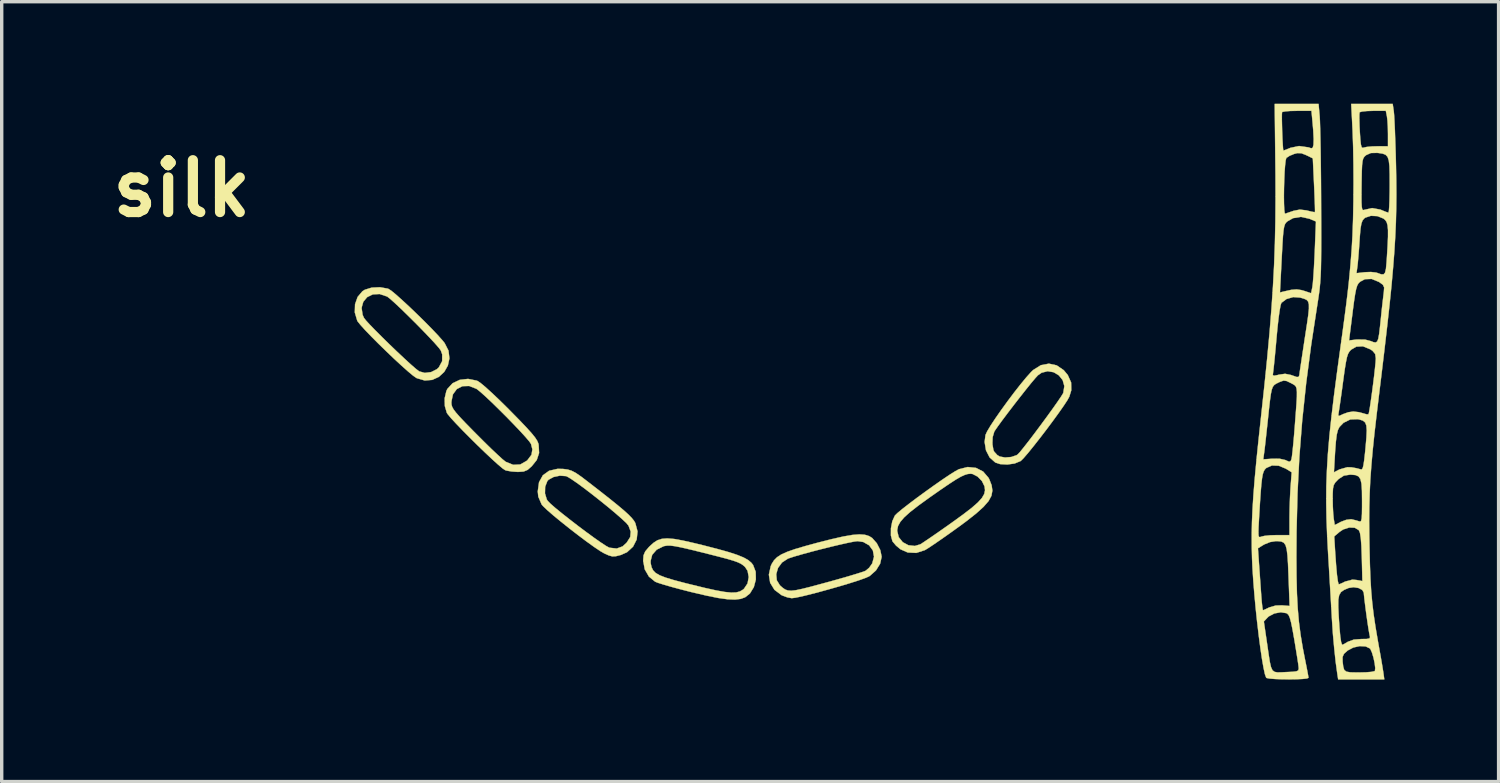
<source format=kicad_pcb>
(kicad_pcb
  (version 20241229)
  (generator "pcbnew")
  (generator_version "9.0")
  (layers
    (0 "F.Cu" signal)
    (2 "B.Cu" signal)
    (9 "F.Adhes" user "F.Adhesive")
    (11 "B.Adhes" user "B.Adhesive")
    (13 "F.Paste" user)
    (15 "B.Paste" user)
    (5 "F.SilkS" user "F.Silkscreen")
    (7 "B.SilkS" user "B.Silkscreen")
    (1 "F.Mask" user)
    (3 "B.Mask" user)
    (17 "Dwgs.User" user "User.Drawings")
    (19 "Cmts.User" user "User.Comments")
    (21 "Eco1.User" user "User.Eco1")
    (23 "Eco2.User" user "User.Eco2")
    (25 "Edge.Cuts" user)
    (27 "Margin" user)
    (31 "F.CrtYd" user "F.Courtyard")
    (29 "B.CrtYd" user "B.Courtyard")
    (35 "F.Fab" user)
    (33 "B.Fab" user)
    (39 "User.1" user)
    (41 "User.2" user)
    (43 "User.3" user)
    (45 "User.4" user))
  (footprint "silk"
    (layer "F.Cu")
    (at 2.293 2.494)
    (property "Reference" "silk" (at 0 0 0) (layer "F.SilkS") (effects (font (size 1.524 1.524) (thickness 0.3))))
    (attr through_hole)
    (fp_poly (pts (xy 6.053 2.94) (xy 6.079 2.95) (xy 6.16 3.002) (xy 6.297 3.115) (xy 6.476 3.275) (xy 6.684 3.467) (xy 6.906 3.68) (xy 7.129 3.898) (xy 7.338 4.11) (xy 7.52 4.301) (xy 7.66 4.458) (xy 7.728 4.542) (xy 7.841 4.764) (xy 7.868 4.989) (xy 7.822 5.203) (xy 7.715 5.389) (xy 7.558 5.534) (xy 7.363 5.623) (xy 7.144 5.641) (xy 6.91 5.573) (xy 6.894 5.564) (xy 6.798 5.497) (xy 6.648 5.372) (xy 6.458 5.202) (xy 6.241 5.002) (xy 6.012 4.783) (xy 5.784 4.561) (xy 5.572 4.348) (xy 5.39 4.159) (xy 5.251 4.005) (xy 5.169 3.902) (xy 5.158 3.882) (xy 5.087 3.641) (xy 5.091 3.504) (xy 5.286 3.504) (xy 5.316 3.71) (xy 5.356 3.8) (xy 5.413 3.874) (xy 5.531 4.003) (xy 5.696 4.173) (xy 5.893 4.37) (xy 6.109 4.582) (xy 6.329 4.793) (xy 6.54 4.991) (xy 6.726 5.162) (xy 6.875 5.292) (xy 6.971 5.367) (xy 6.98 5.373) (xy 7.144 5.418) (xy 7.331 5.394) (xy 7.5 5.309) (xy 7.556 5.257) (xy 7.655 5.073) (xy 7.656 4.872) (xy 7.615 4.759) (xy 7.556 4.679) (xy 7.438 4.544) (xy 7.274 4.368) (xy 7.078 4.164) (xy 6.866 3.948) (xy 6.65 3.734) (xy 6.446 3.535) (xy 6.266 3.366) (xy 6.126 3.241) (xy 6.04 3.174) (xy 6.035 3.172) (xy 5.816 3.099) (xy 5.616 3.11) (xy 5.451 3.19) (xy 5.336 3.327) (xy 5.286 3.504) (xy 5.091 3.504) (xy 5.094 3.4) (xy 5.17 3.185) (xy 5.31 3.019) (xy 5.383 2.973) (xy 5.585 2.911) (xy 5.826 2.9) (xy 6.053 2.94)) (stroke (width 0.01) (type solid)) (fill yes) (layer "F.SilkS"))
    (fp_poly (pts (xy 11.209 8.241) (xy 11.343 8.258) (xy 11.46 8.294) (xy 11.585 8.36) (xy 11.744 8.469) (xy 11.899 8.587) (xy 12.276 8.879) (xy 12.579 9.117) (xy 12.818 9.31) (xy 13 9.463) (xy 13.134 9.585) (xy 13.229 9.683) (xy 13.293 9.763) (xy 13.333 9.833) (xy 13.398 10.077) (xy 13.373 10.315) (xy 13.266 10.526) (xy 13.089 10.689) (xy 12.906 10.77) (xy 12.76 10.807) (xy 12.657 10.812) (xy 12.55 10.782) (xy 12.421 10.724) (xy 12.298 10.653) (xy 12.119 10.532) (xy 11.898 10.373) (xy 11.653 10.189) (xy 11.399 9.993) (xy 11.153 9.796) (xy 10.93 9.613) (xy 10.748 9.455) (xy 10.622 9.335) (xy 10.579 9.285) (xy 10.481 9.056) (xy 10.471 8.96) (xy 10.677 8.96) (xy 10.73 9.137) (xy 10.758 9.181) (xy 10.839 9.263) (xy 10.984 9.39) (xy 11.178 9.548) (xy 11.404 9.726) (xy 11.646 9.913) (xy 11.89 10.096) (xy 12.12 10.264) (xy 12.32 10.404) (xy 12.474 10.505) (xy 12.567 10.555) (xy 12.573 10.557) (xy 12.787 10.581) (xy 12.961 10.517) (xy 13.082 10.404) (xy 13.184 10.241) (xy 13.198 10.083) (xy 13.133 9.909) (xy 13.07 9.832) (xy 12.939 9.709) (xy 12.757 9.55) (xy 12.539 9.367) (xy 12.3 9.174) (xy 12.055 8.981) (xy 11.82 8.801) (xy 11.609 8.647) (xy 11.439 8.53) (xy 11.324 8.463) (xy 11.297 8.452) (xy 11.114 8.439) (xy 10.928 8.478) (xy 10.783 8.558) (xy 10.746 8.599) (xy 10.682 8.764) (xy 10.677 8.96) (xy 10.471 8.96) (xy 10.465 8.902) (xy 10.503 8.63) (xy 10.616 8.426) (xy 10.799 8.295) (xy 11.048 8.238) (xy 11.209 8.241)) (stroke (width 0.01) (type solid)) (fill yes) (layer "F.SilkS"))
    (fp_poly (pts (xy 25.719 5.196) (xy 25.927 5.338) (xy 26.046 5.481) (xy 26.144 5.7) (xy 26.148 5.931) (xy 26.09 6.118) (xy 26.033 6.222) (xy 25.925 6.386) (xy 25.779 6.594) (xy 25.606 6.832) (xy 25.419 7.083) (xy 25.228 7.332) (xy 25.046 7.564) (xy 24.885 7.763) (xy 24.755 7.914) (xy 24.67 8) (xy 24.657 8.01) (xy 24.483 8.081) (xy 24.268 8.111) (xy 24.057 8.099) (xy 23.915 8.052) (xy 23.748 7.903) (xy 23.641 7.693) (xy 23.61 7.504) (xy 23.829 7.504) (xy 23.859 7.681) (xy 23.879 7.728) (xy 23.97 7.83) (xy 24.044 7.876) (xy 24.201 7.905) (xy 24.384 7.89) (xy 24.54 7.837) (xy 24.575 7.813) (xy 24.64 7.744) (xy 24.75 7.608) (xy 24.896 7.422) (xy 25.065 7.2) (xy 25.244 6.96) (xy 25.424 6.716) (xy 25.592 6.484) (xy 25.736 6.28) (xy 25.845 6.12) (xy 25.907 6.019) (xy 25.914 6.003) (xy 25.945 5.805) (xy 25.895 5.63) (xy 25.783 5.49) (xy 25.63 5.398) (xy 25.454 5.368) (xy 25.275 5.413) (xy 25.167 5.489) (xy 25.092 5.571) (xy 24.969 5.717) (xy 24.813 5.911) (xy 24.636 6.135) (xy 24.452 6.372) (xy 24.274 6.605) (xy 24.114 6.818) (xy 23.986 6.994) (xy 23.903 7.115) (xy 23.884 7.147) (xy 23.837 7.307) (xy 23.829 7.504) (xy 23.61 7.504) (xy 23.601 7.448) (xy 23.627 7.242) (xy 23.676 7.136) (xy 23.777 6.967) (xy 23.919 6.752) (xy 24.09 6.507) (xy 24.278 6.248) (xy 24.471 5.991) (xy 24.658 5.753) (xy 24.827 5.548) (xy 24.965 5.394) (xy 25.028 5.333) (xy 25.255 5.191) (xy 25.49 5.146) (xy 25.719 5.196)) (stroke (width 0.01) (type solid)) (fill yes) (layer "F.SilkS"))
    (fp_poly (pts (xy 23.347 8.21) (xy 23.557 8.317) (xy 23.716 8.502) (xy 23.74 8.549) (xy 23.807 8.72) (xy 23.829 8.876) (xy 23.802 9.028) (xy 23.717 9.185) (xy 23.568 9.356) (xy 23.349 9.553) (xy 23.054 9.785) (xy 22.809 9.965) (xy 22.55 10.151) (xy 22.307 10.321) (xy 22.098 10.465) (xy 21.938 10.571) (xy 21.846 10.627) (xy 21.593 10.709) (xy 21.341 10.697) (xy 21.128 10.603) (xy 20.999 10.496) (xy 20.901 10.38) (xy 20.89 10.362) (xy 20.846 10.197) (xy 20.847 10.06) (xy 21.031 10.06) (xy 21.076 10.247) (xy 21.194 10.394) (xy 21.36 10.484) (xy 21.55 10.505) (xy 21.708 10.458) (xy 21.782 10.412) (xy 21.925 10.316) (xy 22.121 10.182) (xy 22.355 10.019) (xy 22.613 9.837) (xy 22.641 9.817) (xy 22.97 9.579) (xy 23.222 9.385) (xy 23.403 9.226) (xy 23.523 9.093) (xy 23.59 8.976) (xy 23.613 8.866) (xy 23.599 8.754) (xy 23.599 8.754) (xy 23.523 8.598) (xy 23.395 8.466) (xy 23.249 8.39) (xy 23.19 8.382) (xy 23.108 8.389) (xy 23.017 8.416) (xy 22.903 8.468) (xy 22.756 8.553) (xy 22.563 8.678) (xy 22.312 8.849) (xy 21.992 9.073) (xy 21.978 9.083) (xy 21.656 9.316) (xy 21.412 9.506) (xy 21.237 9.664) (xy 21.122 9.798) (xy 21.056 9.918) (xy 21.032 10.034) (xy 21.031 10.06) (xy 20.847 10.06) (xy 20.847 9.988) (xy 20.887 9.779) (xy 20.962 9.614) (xy 20.965 9.61) (xy 21.039 9.537) (xy 21.181 9.419) (xy 21.375 9.268) (xy 21.605 9.094) (xy 21.856 8.911) (xy 22.11 8.729) (xy 22.352 8.56) (xy 22.566 8.416) (xy 22.736 8.309) (xy 22.846 8.249) (xy 23.103 8.185) (xy 23.347 8.21)) (stroke (width 0.01) (type solid)) (fill yes) (layer "F.SilkS"))
    (fp_poly (pts (xy 14.471 10.299) (xy 14.73 10.346) (xy 15.063 10.421) (xy 15.342 10.489) (xy 15.755 10.596) (xy 16.081 10.687) (xy 16.331 10.769) (xy 16.517 10.845) (xy 16.651 10.92) (xy 16.744 10.999) (xy 16.794 11.063) (xy 16.871 11.263) (xy 16.876 11.491) (xy 16.817 11.714) (xy 16.701 11.903) (xy 16.562 12.013) (xy 16.431 12.061) (xy 16.263 12.081) (xy 16.046 12.072) (xy 15.77 12.034) (xy 15.422 11.964) (xy 14.99 11.863) (xy 14.973 11.859) (xy 14.673 11.782) (xy 14.398 11.708) (xy 14.166 11.641) (xy 13.998 11.588) (xy 13.917 11.556) (xy 13.733 11.406) (xy 13.61 11.192) (xy 13.566 10.95) (xy 13.781 10.95) (xy 13.786 11.021) (xy 13.811 11.132) (xy 13.856 11.222) (xy 13.931 11.299) (xy 14.051 11.368) (xy 14.226 11.436) (xy 14.471 11.51) (xy 14.796 11.596) (xy 14.974 11.64) (xy 15.384 11.74) (xy 15.709 11.812) (xy 15.961 11.857) (xy 16.153 11.876) (xy 16.298 11.871) (xy 16.408 11.842) (xy 16.495 11.791) (xy 16.528 11.763) (xy 16.632 11.607) (xy 16.667 11.419) (xy 16.633 11.236) (xy 16.559 11.123) (xy 16.503 11.073) (xy 16.439 11.029) (xy 16.352 10.987) (xy 16.228 10.942) (xy 16.055 10.89) (xy 15.818 10.827) (xy 15.504 10.747) (xy 15.265 10.687) (xy 14.934 10.606) (xy 14.684 10.548) (xy 14.5 10.512) (xy 14.367 10.495) (xy 14.267 10.495) (xy 14.186 10.508) (xy 14.163 10.514) (xy 13.961 10.614) (xy 13.829 10.765) (xy 13.781 10.95) (xy 13.566 10.95) (xy 13.564 10.939) (xy 13.564 10.929) (xy 13.575 10.781) (xy 13.624 10.666) (xy 13.73 10.54) (xy 13.756 10.514) (xy 13.87 10.411) (xy 13.983 10.338) (xy 14.112 10.296) (xy 14.269 10.283) (xy 14.471 10.299)) (stroke (width 0.01) (type solid)) (fill yes) (layer "F.SilkS"))
    (fp_poly (pts (xy 20.08 10.176) (xy 20.205 10.215) (xy 20.294 10.27) (xy 20.432 10.426) (xy 20.534 10.626) (xy 20.574 10.822) (xy 20.574 10.824) (xy 20.529 11.027) (xy 20.407 11.224) (xy 20.23 11.382) (xy 20.199 11.401) (xy 20.088 11.449) (xy 19.9 11.516) (xy 19.653 11.595) (xy 19.368 11.681) (xy 19.064 11.768) (xy 18.759 11.852) (xy 18.475 11.927) (xy 18.229 11.987) (xy 18.041 12.026) (xy 17.932 12.04) (xy 17.802 12.016) (xy 17.649 11.959) (xy 17.631 11.951) (xy 17.423 11.794) (xy 17.297 11.588) (xy 17.259 11.351) (xy 17.262 11.334) (xy 17.475 11.334) (xy 17.491 11.513) (xy 17.584 11.664) (xy 17.59 11.669) (xy 17.666 11.736) (xy 17.737 11.785) (xy 17.815 11.813) (xy 17.915 11.821) (xy 18.051 11.806) (xy 18.236 11.767) (xy 18.485 11.705) (xy 18.811 11.617) (xy 18.999 11.566) (xy 19.308 11.48) (xy 19.59 11.399) (xy 19.826 11.328) (xy 20.001 11.273) (xy 20.097 11.237) (xy 20.104 11.234) (xy 20.207 11.146) (xy 20.297 11.019) (xy 20.297 11.018) (xy 20.35 10.822) (xy 20.316 10.637) (xy 20.206 10.486) (xy 20.036 10.389) (xy 19.869 10.363) (xy 19.766 10.376) (xy 19.586 10.412) (xy 19.348 10.465) (xy 19.074 10.53) (xy 18.782 10.603) (xy 18.493 10.678) (xy 18.228 10.751) (xy 18.006 10.815) (xy 17.848 10.867) (xy 17.816 10.879) (xy 17.645 10.991) (xy 17.528 11.151) (xy 17.475 11.334) (xy 17.262 11.334) (xy 17.313 11.1) (xy 17.344 11.031) (xy 17.41 10.927) (xy 17.498 10.838) (xy 17.621 10.757) (xy 17.794 10.679) (xy 18.028 10.597) (xy 18.337 10.506) (xy 18.678 10.413) (xy 19.103 10.305) (xy 19.443 10.228) (xy 19.711 10.181) (xy 19.92 10.165) (xy 20.08 10.176)) (stroke (width 0.01) (type solid)) (fill yes) (layer "F.SilkS"))
    (fp_poly (pts (xy 8.666 5.644) (xy 8.701 5.658) (xy 8.784 5.715) (xy 8.925 5.832) (xy 9.11 6) (xy 9.328 6.206) (xy 9.564 6.438) (xy 9.66 6.535) (xy 9.929 6.809) (xy 10.133 7.023) (xy 10.282 7.188) (xy 10.384 7.314) (xy 10.448 7.412) (xy 10.482 7.492) (xy 10.491 7.531) (xy 10.504 7.772) (xy 10.436 7.977) (xy 10.289 8.161) (xy 10.166 8.269) (xy 10.05 8.317) (xy 9.889 8.328) (xy 9.873 8.328) (xy 9.699 8.316) (xy 9.548 8.29) (xy 9.506 8.276) (xy 9.429 8.224) (xy 9.297 8.112) (xy 9.121 7.953) (xy 8.916 7.76) (xy 8.694 7.546) (xy 8.471 7.325) (xy 8.258 7.111) (xy 8.07 6.915) (xy 7.92 6.753) (xy 7.822 6.636) (xy 7.793 6.594) (xy 7.734 6.394) (xy 7.731 6.27) (xy 7.926 6.27) (xy 7.929 6.341) (xy 7.946 6.409) (xy 7.985 6.484) (xy 8.057 6.58) (xy 8.169 6.708) (xy 8.332 6.88) (xy 8.554 7.107) (xy 8.649 7.203) (xy 8.879 7.433) (xy 9.094 7.644) (xy 9.282 7.821) (xy 9.427 7.954) (xy 9.518 8.027) (xy 9.525 8.032) (xy 9.743 8.12) (xy 9.951 8.11) (xy 10.139 8.003) (xy 10.164 7.98) (xy 10.281 7.824) (xy 10.307 7.665) (xy 10.267 7.507) (xy 10.216 7.432) (xy 10.105 7.302) (xy 9.947 7.129) (xy 9.756 6.928) (xy 9.546 6.712) (xy 9.329 6.496) (xy 9.12 6.291) (xy 8.932 6.114) (xy 8.779 5.977) (xy 8.674 5.893) (xy 8.661 5.885) (xy 8.449 5.802) (xy 8.251 5.808) (xy 8.085 5.893) (xy 7.971 6.049) (xy 7.926 6.264) (xy 7.926 6.27) (xy 7.731 6.27) (xy 7.729 6.162) (xy 7.779 5.949) (xy 7.808 5.889) (xy 7.962 5.722) (xy 8.173 5.622) (xy 8.416 5.594) (xy 8.666 5.644)) (stroke (width 0.01) (type solid)) (fill yes) (layer "F.SilkS"))
    (fp_poly (pts (xy 33.451 -2.121) (xy 33.458 -1.991) (xy 33.465 -1.773) (xy 33.472 -1.479) (xy 33.479 -1.121) (xy 33.484 -0.712) (xy 33.489 -0.266) (xy 33.492 0.206) (xy 33.493 0.457) (xy 33.495 0.996) (xy 33.496 1.445) (xy 33.495 1.817) (xy 33.492 2.123) (xy 33.487 2.376) (xy 33.478 2.588) (xy 33.466 2.77) (xy 33.45 2.936) (xy 33.43 3.096) (xy 33.405 3.263) (xy 33.387 3.378) (xy 33.203 4.581) (xy 33.054 5.715) (xy 32.938 6.806) (xy 32.854 7.881) (xy 32.799 8.964) (xy 32.771 10.083) (xy 32.766 10.83) (xy 32.77 11.404) (xy 32.782 11.899) (xy 32.805 12.335) (xy 32.84 12.734) (xy 32.89 13.119) (xy 32.955 13.51) (xy 33.02 13.843) (xy 33.063 14.057) (xy 33.097 14.234) (xy 33.118 14.351) (xy 33.122 14.382) (xy 33.075 14.401) (xy 32.95 14.415) (xy 32.771 14.423) (xy 32.562 14.426) (xy 32.346 14.424) (xy 32.147 14.417) (xy 31.988 14.404) (xy 31.893 14.387) (xy 31.878 14.377) (xy 31.841 14.276) (xy 31.8 14.087) (xy 31.754 13.825) (xy 31.707 13.505) (xy 31.659 13.141) (xy 31.613 12.747) (xy 31.61 12.725) (xy 31.809 12.725) (xy 31.905 13.379) (xy 31.95 13.689) (xy 31.985 13.914) (xy 32.02 14.066) (xy 32.063 14.159) (xy 32.124 14.206) (xy 32.211 14.222) (xy 32.333 14.219) (xy 32.453 14.213) (xy 32.649 14.204) (xy 32.764 14.191) (xy 32.819 14.165) (xy 32.834 14.119) (xy 32.832 14.072) (xy 32.82 13.976) (xy 32.794 13.803) (xy 32.757 13.575) (xy 32.714 13.313) (xy 32.701 13.237) (xy 32.65 12.95) (xy 32.609 12.749) (xy 32.572 12.616) (xy 32.536 12.536) (xy 32.494 12.493) (xy 32.473 12.481) (xy 32.308 12.454) (xy 32.119 12.489) (xy 31.955 12.575) (xy 31.915 12.612) (xy 31.809 12.725) (xy 31.61 12.725) (xy 31.569 12.338) (xy 31.531 11.927) (xy 31.499 11.53) (xy 31.475 11.159) (xy 31.462 10.871) (xy 31.455 10.573) (xy 31.636 10.573) (xy 31.668 11.039) (xy 31.688 11.322) (xy 31.71 11.636) (xy 31.73 11.919) (xy 31.732 11.951) (xy 31.748 12.149) (xy 31.765 12.301) (xy 31.779 12.386) (xy 31.784 12.395) (xy 31.839 12.374) (xy 31.946 12.323) (xy 31.962 12.314) (xy 32.156 12.257) (xy 32.343 12.251) (xy 32.567 12.269) (xy 32.534 11.38) (xy 32.52 11.035) (xy 32.503 10.778) (xy 32.48 10.597) (xy 32.446 10.478) (xy 32.394 10.408) (xy 32.322 10.375) (xy 32.223 10.364) (xy 32.159 10.363) (xy 31.991 10.391) (xy 31.823 10.459) (xy 31.807 10.468) (xy 31.636 10.573) (xy 31.455 10.573) (xy 31.454 10.513) (xy 31.453 10.161) (xy 31.454 10.11) (xy 31.649 10.11) (xy 31.654 10.203) (xy 31.671 10.242) (xy 31.703 10.243) (xy 31.73 10.232) (xy 31.827 10.209) (xy 31.991 10.192) (xy 32.187 10.186) (xy 32.194 10.186) (xy 32.563 10.187) (xy 32.563 9.678) (xy 32.567 9.398) (xy 32.577 9.096) (xy 32.591 8.827) (xy 32.596 8.754) (xy 32.628 8.339) (xy 32.456 8.233) (xy 32.246 8.146) (xy 32.047 8.139) (xy 31.883 8.212) (xy 31.868 8.225) (xy 31.831 8.266) (xy 31.802 8.321) (xy 31.777 8.402) (xy 31.756 8.521) (xy 31.736 8.691) (xy 31.717 8.924) (xy 31.696 9.231) (xy 31.672 9.627) (xy 31.668 9.698) (xy 31.654 9.947) (xy 31.649 10.11) (xy 31.454 10.11) (xy 31.46 9.801) (xy 31.477 9.419) (xy 31.503 9.003) (xy 31.54 8.54) (xy 31.589 8.016) (xy 31.594 7.959) (xy 31.792 7.959) (xy 32.063 7.94) (xy 32.279 7.942) (xy 32.441 7.979) (xy 32.461 7.989) (xy 32.555 8.03) (xy 32.6 8.007) (xy 32.621 7.953) (xy 32.636 7.869) (xy 32.655 7.703) (xy 32.678 7.474) (xy 32.702 7.201) (xy 32.719 6.985) (xy 32.747 6.614) (xy 32.768 6.331) (xy 32.78 6.123) (xy 32.781 5.977) (xy 32.772 5.88) (xy 32.75 5.818) (xy 32.714 5.779) (xy 32.664 5.748) (xy 32.605 5.717) (xy 32.479 5.656) (xy 32.39 5.644) (xy 32.285 5.68) (xy 32.238 5.702) (xy 32.167 5.737) (xy 32.113 5.775) (xy 32.072 5.829) (xy 32.041 5.914) (xy 32.014 6.046) (xy 31.988 6.237) (xy 31.958 6.504) (xy 31.929 6.782) (xy 31.898 7.068) (xy 31.869 7.335) (xy 31.844 7.559) (xy 31.825 7.715) (xy 31.82 7.752) (xy 31.792 7.959) (xy 31.594 7.959) (xy 31.65 7.417) (xy 31.724 6.731) (xy 31.724 6.731) (xy 31.822 5.822) (xy 31.857 5.482) (xy 32.073 5.482) (xy 32.107 5.501) (xy 32.208 5.482) (xy 32.253 5.47) (xy 32.434 5.444) (xy 32.607 5.479) (xy 32.646 5.493) (xy 32.771 5.537) (xy 32.829 5.537) (xy 32.852 5.486) (xy 32.858 5.438) (xy 32.87 5.349) (xy 32.896 5.177) (xy 32.931 4.941) (xy 32.974 4.658) (xy 33.021 4.346) (xy 33.025 4.322) (xy 33.078 3.976) (xy 33.115 3.716) (xy 33.134 3.53) (xy 33.133 3.403) (xy 33.111 3.321) (xy 33.065 3.27) (xy 32.994 3.238) (xy 32.896 3.209) (xy 32.873 3.203) (xy 32.673 3.189) (xy 32.475 3.246) (xy 32.325 3.359) (xy 32.301 3.432) (xy 32.272 3.589) (xy 32.241 3.815) (xy 32.21 4.093) (xy 32.184 4.37) (xy 32.157 4.675) (xy 32.131 4.95) (xy 32.108 5.178) (xy 32.09 5.34) (xy 32.08 5.416) (xy 32.073 5.482) (xy 31.857 5.482) (xy 31.906 4.997) (xy 31.976 4.242) (xy 32.032 3.541) (xy 32.065 3.053) (xy 32.283 3.053) (xy 32.404 3.023) (xy 32.616 2.976) (xy 32.773 2.963) (xy 32.911 2.983) (xy 32.995 3.007) (xy 33.198 3.075) (xy 33.235 2.896) (xy 33.249 2.787) (xy 33.265 2.596) (xy 33.281 2.347) (xy 33.296 2.059) (xy 33.306 1.842) (xy 33.341 0.967) (xy 33.147 0.886) (xy 32.901 0.831) (xy 32.666 0.869) (xy 32.503 0.962) (xy 32.462 1) (xy 32.431 1.047) (xy 32.407 1.119) (xy 32.388 1.229) (xy 32.372 1.394) (xy 32.357 1.626) (xy 32.34 1.94) (xy 32.334 2.055) (xy 32.283 3.053) (xy 32.065 3.053) (xy 32.077 2.879) (xy 32.111 2.241) (xy 32.134 1.61) (xy 32.148 0.972) (xy 32.153 0.311) (xy 32.153 0.231) (xy 32.399 0.231) (xy 32.402 0.446) (xy 32.409 0.615) (xy 32.422 0.718) (xy 32.436 0.74) (xy 32.514 0.711) (xy 32.644 0.667) (xy 32.681 0.654) (xy 32.868 0.617) (xy 33.059 0.64) (xy 33.087 0.647) (xy 33.219 0.679) (xy 33.3 0.692) (xy 33.311 0.691) (xy 33.313 0.639) (xy 33.31 0.503) (xy 33.303 0.3) (xy 33.293 0.05) (xy 33.286 -0.105) (xy 33.249 -0.889) (xy 33.058 -0.982) (xy 32.912 -1.04) (xy 32.791 -1.043) (xy 32.694 -1.017) (xy 32.564 -0.963) (xy 32.476 -0.905) (xy 32.47 -0.899) (xy 32.451 -0.83) (xy 32.434 -0.686) (xy 32.419 -0.488) (xy 32.409 -0.256) (xy 32.402 -0.009) (xy 32.399 0.231) (xy 32.153 0.231) (xy 32.151 -0.388) (xy 32.149 -0.6) (xy 32.133 -2.055) (xy 32.339 -2.055) (xy 32.343 -1.874) (xy 32.348 -1.67) (xy 32.356 -1.467) (xy 32.366 -1.291) (xy 32.375 -1.166) (xy 32.384 -1.118) (xy 32.385 -1.118) (xy 32.435 -1.135) (xy 32.545 -1.179) (xy 32.59 -1.198) (xy 32.844 -1.251) (xy 33.123 -1.212) (xy 33.201 -1.185) (xy 33.245 -1.199) (xy 33.269 -1.287) (xy 33.274 -1.456) (xy 33.261 -1.713) (xy 33.241 -1.943) (xy 33.209 -2.286) (xy 32.787 -2.286) (xy 32.591 -2.282) (xy 32.439 -2.27) (xy 32.354 -2.254) (xy 32.346 -2.248) (xy 32.34 -2.188) (xy 32.339 -2.055) (xy 32.133 -2.055) (xy 32.129 -2.489) (xy 32.773 -2.489) (xy 33.418 -2.489) (xy 33.451 -2.121)) (stroke (width 0.01) (type solid)) (fill yes) (layer "F.SilkS"))
    (fp_poly (pts (xy 34.987 -2.489) (xy 35.597 -2.489) (xy 35.629 -2.273) (xy 35.639 -2.165) (xy 35.65 -1.971) (xy 35.662 -1.708) (xy 35.673 -1.391) (xy 35.685 -1.036) (xy 35.694 -0.686) (xy 35.702 -0.244) (xy 35.705 0.177) (xy 35.701 0.588) (xy 35.691 0.998) (xy 35.672 1.419) (xy 35.645 1.861) (xy 35.608 2.335) (xy 35.562 2.851) (xy 35.504 3.42) (xy 35.434 4.053) (xy 35.352 4.76) (xy 35.257 5.552) (xy 35.206 5.969) (xy 35.127 6.624) (xy 35.061 7.194) (xy 35.009 7.697) (xy 34.969 8.148) (xy 34.939 8.565) (xy 34.92 8.963) (xy 34.909 9.359) (xy 34.905 9.769) (xy 34.909 10.21) (xy 34.915 10.541) (xy 34.927 11.039) (xy 34.943 11.461) (xy 34.965 11.832) (xy 34.996 12.177) (xy 35.037 12.52) (xy 35.092 12.888) (xy 35.163 13.306) (xy 35.2 13.513) (xy 35.244 13.756) (xy 35.283 13.983) (xy 35.312 14.162) (xy 35.324 14.237) (xy 35.35 14.427) (xy 33.994 14.427) (xy 33.965 14.237) (xy 33.92 13.908) (xy 33.905 13.767) (xy 34.123 13.767) (xy 34.125 13.902) (xy 34.143 14.054) (xy 34.172 14.149) (xy 34.235 14.2) (xy 34.351 14.22) (xy 34.541 14.224) (xy 34.616 14.224) (xy 34.815 14.219) (xy 34.972 14.206) (xy 35.063 14.186) (xy 35.074 14.179) (xy 35.084 14.095) (xy 35.067 13.953) (xy 35.032 13.787) (xy 34.986 13.635) (xy 34.939 13.532) (xy 34.928 13.519) (xy 34.802 13.458) (xy 34.627 13.449) (xy 34.439 13.491) (xy 34.275 13.577) (xy 34.166 13.674) (xy 34.123 13.767) (xy 33.905 13.767) (xy 33.878 13.515) (xy 33.84 13.099) (xy 33.813 12.696) (xy 33.81 12.649) (xy 33.799 12.45) (xy 33.789 12.283) (xy 33.997 12.283) (xy 34.009 12.547) (xy 34.032 12.904) (xy 34.056 13.163) (xy 34.081 13.329) (xy 34.107 13.405) (xy 34.118 13.411) (xy 34.172 13.386) (xy 34.271 13.326) (xy 34.274 13.324) (xy 34.454 13.258) (xy 34.68 13.241) (xy 34.837 13.239) (xy 34.914 13.223) (xy 34.931 13.185) (xy 34.924 13.155) (xy 34.907 13.07) (xy 34.88 12.911) (xy 34.849 12.703) (xy 34.817 12.474) (xy 34.788 12.249) (xy 34.764 12.055) (xy 34.75 11.918) (xy 34.748 11.879) (xy 34.702 11.798) (xy 34.59 11.74) (xy 34.446 11.717) (xy 34.303 11.74) (xy 34.301 11.74) (xy 34.168 11.797) (xy 34.078 11.86) (xy 34.024 11.95) (xy 33.999 12.084) (xy 33.997 12.283) (xy 33.789 12.283) (xy 33.783 12.169) (xy 33.763 11.829) (xy 33.741 11.45) (xy 33.718 11.052) (xy 33.699 10.744) (xy 33.671 10.224) (xy 33.878 10.224) (xy 33.908 10.713) (xy 33.934 11.077) (xy 33.959 11.354) (xy 33.984 11.538) (xy 34.007 11.626) (xy 34.016 11.633) (xy 34.074 11.612) (xy 34.181 11.561) (xy 34.197 11.553) (xy 34.412 11.495) (xy 34.53 11.505) (xy 34.706 11.538) (xy 34.689 10.831) (xy 34.677 10.506) (xy 34.659 10.272) (xy 34.635 10.121) (xy 34.602 10.042) (xy 34.601 10.041) (xy 34.481 9.969) (xy 34.318 9.963) (xy 34.142 10.02) (xy 34.037 10.09) (xy 33.878 10.224) (xy 33.671 10.224) (xy 33.67 10.2) (xy 33.651 9.695) (xy 33.643 9.218) (xy 33.644 9.115) (xy 33.833 9.115) (xy 33.837 9.337) (xy 33.848 9.543) (xy 33.862 9.694) (xy 33.864 9.707) (xy 33.894 9.89) (xy 34.079 9.794) (xy 34.232 9.737) (xy 34.371 9.72) (xy 34.392 9.722) (xy 34.528 9.755) (xy 34.608 9.781) (xy 34.644 9.788) (xy 34.669 9.764) (xy 34.685 9.694) (xy 34.693 9.563) (xy 34.696 9.355) (xy 34.696 9.181) (xy 34.693 8.886) (xy 34.68 8.677) (xy 34.648 8.54) (xy 34.592 8.46) (xy 34.504 8.421) (xy 34.378 8.41) (xy 34.337 8.41) (xy 34.163 8.437) (xy 34.012 8.534) (xy 33.987 8.558) (xy 33.91 8.638) (xy 33.864 8.715) (xy 33.842 8.817) (xy 33.834 8.974) (xy 33.833 9.115) (xy 33.644 9.115) (xy 33.646 8.751) (xy 33.661 8.341) (xy 33.869 8.341) (xy 34.037 8.254) (xy 34.265 8.19) (xy 34.387 8.194) (xy 34.534 8.22) (xy 34.645 8.25) (xy 34.652 8.253) (xy 34.687 8.255) (xy 34.714 8.22) (xy 34.737 8.133) (xy 34.76 7.98) (xy 34.786 7.747) (xy 34.798 7.623) (xy 34.824 7.324) (xy 34.834 7.11) (xy 34.823 6.966) (xy 34.787 6.875) (xy 34.722 6.821) (xy 34.623 6.789) (xy 34.569 6.778) (xy 34.351 6.786) (xy 34.152 6.884) (xy 34.03 7.01) (xy 33.986 7.099) (xy 33.952 7.235) (xy 33.927 7.436) (xy 33.905 7.72) (xy 33.904 7.739) (xy 33.869 8.341) (xy 33.661 8.341) (xy 33.663 8.282) (xy 33.692 7.795) (xy 33.736 7.276) (xy 33.796 6.711) (xy 33.801 6.669) (xy 33.996 6.669) (xy 34.025 6.682) (xy 34.118 6.64) (xy 34.134 6.631) (xy 34.29 6.575) (xy 34.437 6.553) (xy 34.602 6.572) (xy 34.726 6.605) (xy 34.831 6.636) (xy 34.886 6.634) (xy 34.901 6.577) (xy 34.925 6.44) (xy 34.954 6.244) (xy 34.987 6.009) (xy 35.02 5.757) (xy 35.051 5.508) (xy 35.076 5.284) (xy 35.094 5.104) (xy 35.101 4.991) (xy 35.101 4.99) (xy 35.082 4.862) (xy 35.005 4.769) (xy 34.938 4.724) (xy 34.722 4.636) (xy 34.527 4.646) (xy 34.373 4.737) (xy 34.324 4.79) (xy 34.285 4.858) (xy 34.252 4.958) (xy 34.221 5.108) (xy 34.186 5.323) (xy 34.145 5.621) (xy 34.139 5.664) (xy 34.101 5.949) (xy 34.065 6.205) (xy 34.035 6.413) (xy 34.014 6.552) (xy 34.007 6.593) (xy 33.996 6.669) (xy 33.801 6.669) (xy 33.871 6.085) (xy 33.963 5.383) (xy 34.036 4.851) (xy 34.089 4.463) (xy 34.314 4.463) (xy 34.543 4.436) (xy 34.791 4.44) (xy 34.95 4.482) (xy 35.035 4.515) (xy 35.097 4.524) (xy 35.14 4.495) (xy 35.173 4.415) (xy 35.199 4.271) (xy 35.225 4.049) (xy 35.25 3.81) (xy 35.276 3.556) (xy 35.303 3.321) (xy 35.325 3.133) (xy 35.337 3.037) (xy 35.346 2.907) (xy 35.309 2.827) (xy 35.203 2.75) (xy 35.196 2.745) (xy 34.977 2.655) (xy 34.779 2.663) (xy 34.639 2.738) (xy 34.592 2.784) (xy 34.555 2.848) (xy 34.524 2.946) (xy 34.494 3.094) (xy 34.461 3.308) (xy 34.422 3.605) (xy 34.417 3.649) (xy 34.314 4.463) (xy 34.089 4.463) (xy 34.111 4.306) (xy 34.173 3.845) (xy 34.225 3.451) (xy 34.267 3.108) (xy 34.302 2.799) (xy 34.331 2.508) (xy 34.333 2.486) (xy 34.533 2.486) (xy 34.78 2.458) (xy 34.955 2.451) (xy 35.108 2.468) (xy 35.154 2.482) (xy 35.259 2.52) (xy 35.329 2.521) (xy 35.372 2.472) (xy 35.399 2.357) (xy 35.417 2.161) (xy 35.425 2.045) (xy 35.447 1.687) (xy 35.459 1.416) (xy 35.459 1.218) (xy 35.446 1.079) (xy 35.419 0.986) (xy 35.377 0.923) (xy 35.325 0.88) (xy 35.148 0.809) (xy 34.957 0.8) (xy 34.794 0.853) (xy 34.756 0.881) (xy 34.709 0.94) (xy 34.676 1.032) (xy 34.651 1.177) (xy 34.632 1.394) (xy 34.624 1.514) (xy 34.607 1.765) (xy 34.588 2.002) (xy 34.571 2.191) (xy 34.562 2.272) (xy 34.533 2.486) (xy 34.333 2.486) (xy 34.357 2.218) (xy 34.381 1.913) (xy 34.393 1.758) (xy 34.415 1.366) (xy 34.432 0.897) (xy 34.442 0.379) (xy 34.443 0.186) (xy 34.679 0.186) (xy 34.68 0.395) (xy 34.687 0.53) (xy 34.701 0.605) (xy 34.723 0.632) (xy 34.747 0.628) (xy 34.993 0.573) (xy 35.237 0.618) (xy 35.258 0.627) (xy 35.382 0.678) (xy 35.463 0.706) (xy 35.471 0.707) (xy 35.484 0.661) (xy 35.495 0.529) (xy 35.503 0.331) (xy 35.508 0.081) (xy 35.509 -0.095) (xy 35.508 -0.421) (xy 35.501 -0.66) (xy 35.482 -0.825) (xy 35.447 -0.932) (xy 35.388 -0.995) (xy 35.302 -1.028) (xy 35.182 -1.046) (xy 35.141 -1.05) (xy 34.955 -1.046) (xy 34.819 -0.986) (xy 34.809 -0.978) (xy 34.764 -0.938) (xy 34.732 -0.887) (xy 34.711 -0.811) (xy 34.697 -0.691) (xy 34.689 -0.51) (xy 34.684 -0.252) (xy 34.682 -0.112) (xy 34.679 0.186) (xy 34.443 0.186) (xy 34.446 -0.165) (xy 34.443 -0.709) (xy 34.434 -1.226) (xy 34.418 -1.692) (xy 34.413 -1.783) (xy 34.401 -2.033) (xy 34.616 -2.033) (xy 34.622 -1.835) (xy 34.63 -1.682) (xy 34.646 -1.448) (xy 34.662 -1.299) (xy 34.683 -1.22) (xy 34.711 -1.196) (xy 34.742 -1.204) (xy 34.834 -1.225) (xy 34.991 -1.24) (xy 35.141 -1.244) (xy 35.458 -1.245) (xy 35.458 -1.607) (xy 35.454 -1.814) (xy 35.442 -2.004) (xy 35.427 -2.127) (xy 35.395 -2.286) (xy 35.023 -2.286) (xy 34.839 -2.28) (xy 34.698 -2.266) (xy 34.627 -2.245) (xy 34.625 -2.243) (xy 34.617 -2.177) (xy 34.616 -2.033) (xy 34.401 -2.033) (xy 34.377 -2.489) (xy 34.987 -2.489)) (stroke (width 0.01) (type solid)) (fill yes) (layer "F.SilkS")))
  (gr_rect
    (start -3 -3)
    (end 41.003 19.926)
    (stroke (width 0.1) (type default))
    (fill no)
    (layer "Edge.Cuts")))
</source>
